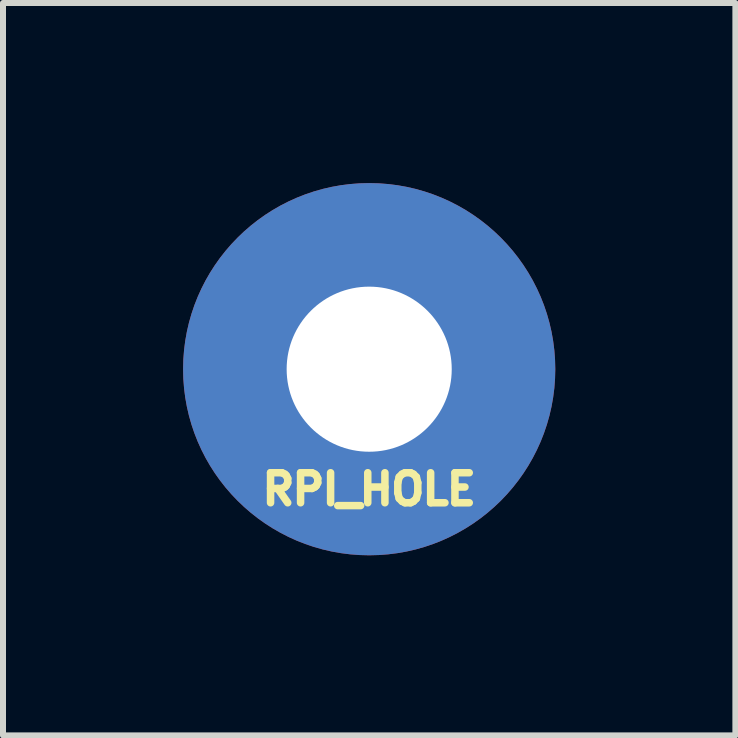
<source format=kicad_pcb>
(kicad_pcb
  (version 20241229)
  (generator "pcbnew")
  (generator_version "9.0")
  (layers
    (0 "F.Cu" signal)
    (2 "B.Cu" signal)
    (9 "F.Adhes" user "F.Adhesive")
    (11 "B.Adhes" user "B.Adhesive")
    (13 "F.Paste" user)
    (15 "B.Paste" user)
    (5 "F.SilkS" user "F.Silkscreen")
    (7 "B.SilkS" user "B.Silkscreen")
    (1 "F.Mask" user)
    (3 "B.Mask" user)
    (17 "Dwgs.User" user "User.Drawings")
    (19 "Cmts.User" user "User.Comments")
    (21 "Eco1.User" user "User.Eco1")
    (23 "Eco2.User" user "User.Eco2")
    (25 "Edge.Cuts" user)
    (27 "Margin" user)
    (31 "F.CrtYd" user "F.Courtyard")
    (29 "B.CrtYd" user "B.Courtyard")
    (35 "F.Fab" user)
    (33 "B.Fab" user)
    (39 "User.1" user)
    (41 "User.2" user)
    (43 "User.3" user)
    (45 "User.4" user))
  (footprint "RPI_HOLE"
    (layer "F.Cu")
    (at 3.1 3.1)
    (property "Reference" "RPI_HOLE" (at 0 2 0) (layer "F.SilkS") (effects (font (size 0.5 0.5) (thickness 0.125))))
    (attr through_hole)
    (pad "1" thru_hole circle (at 0 0) (size 6.2 6.2) (drill 2.75) (layers "*.Cu" "*.Mask")))
  (gr_rect
    (start -3 -3)
    (end 9.2 9.2)
    (stroke (width 0.1) (type default))
    (fill no)
    (layer "Edge.Cuts")))
</source>
